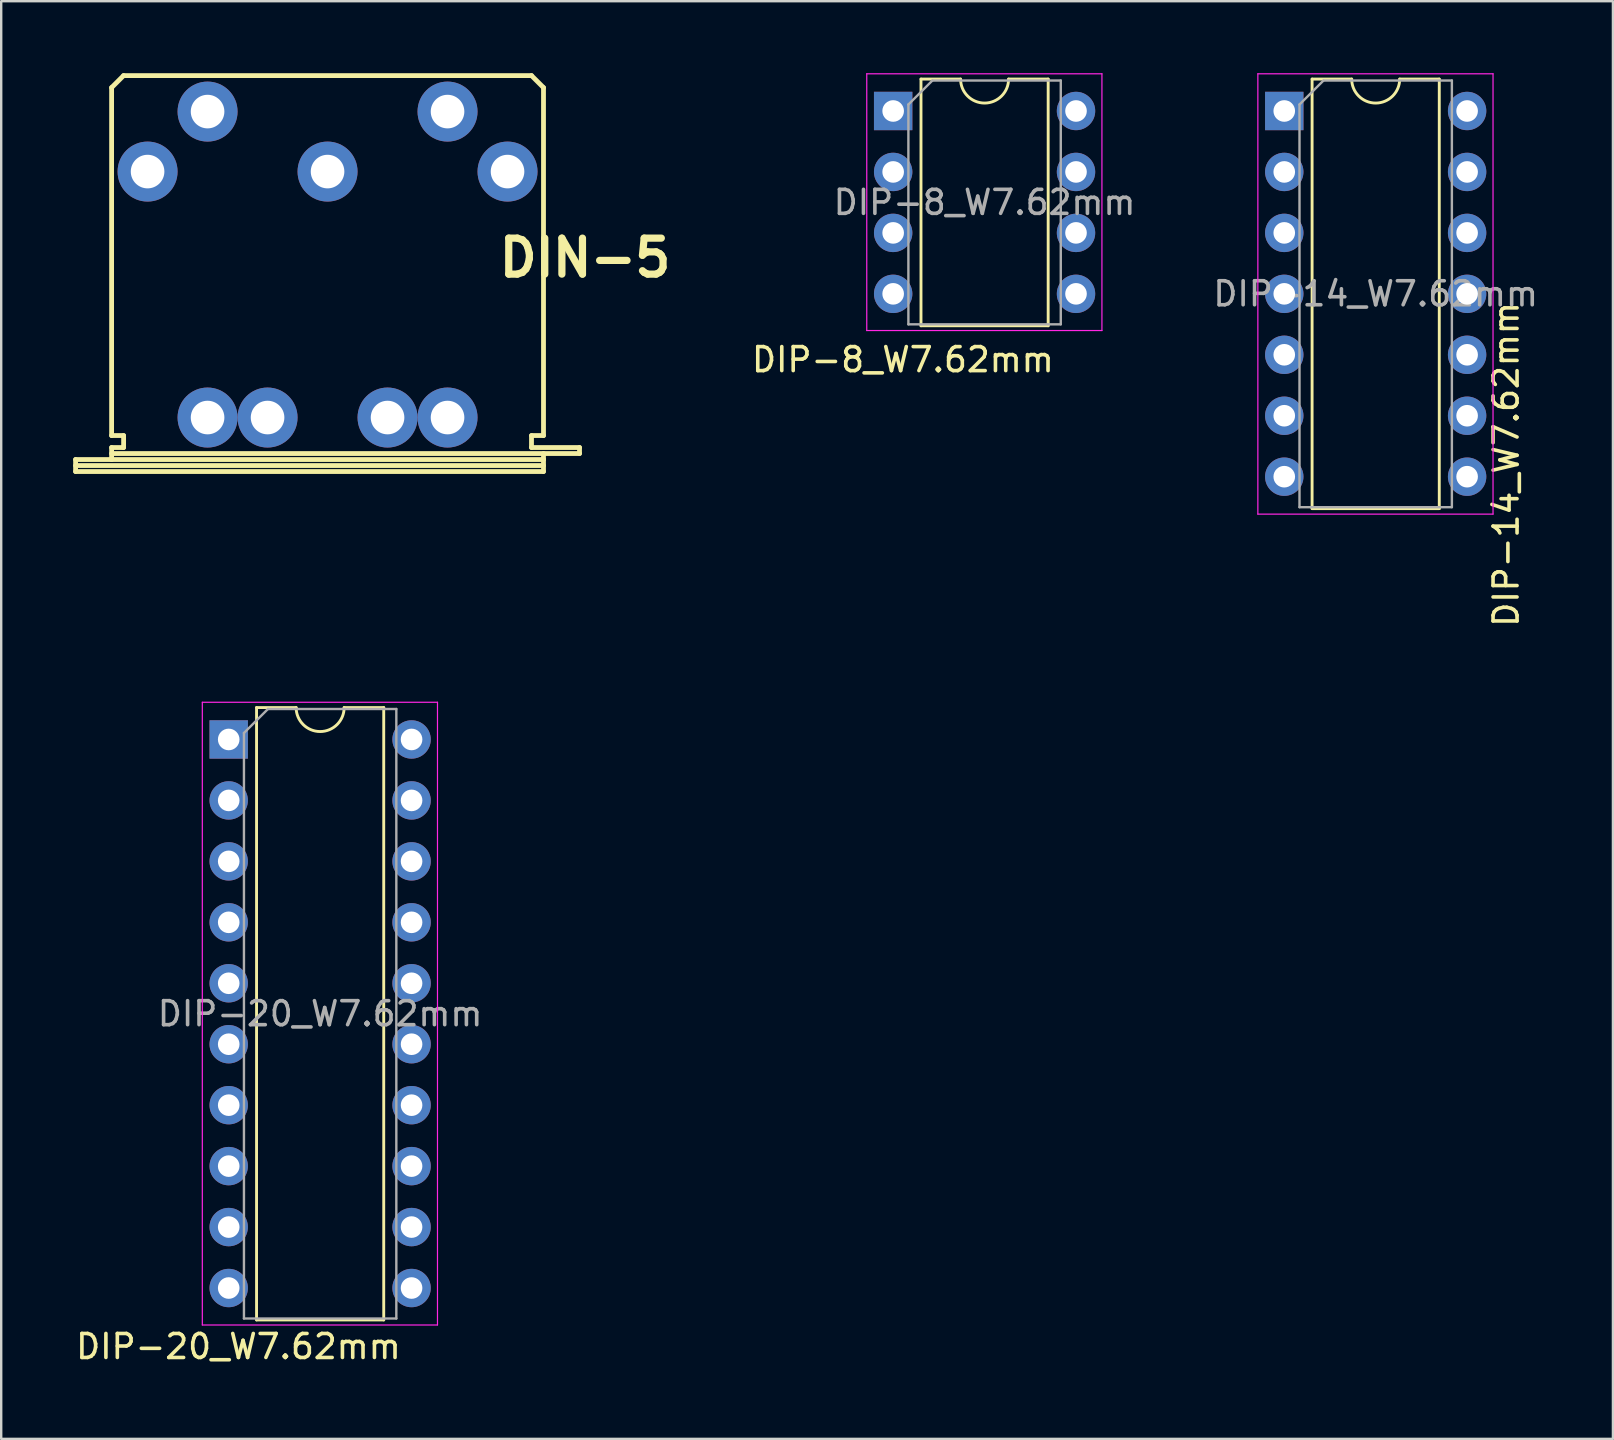
<source format=kicad_pcb>
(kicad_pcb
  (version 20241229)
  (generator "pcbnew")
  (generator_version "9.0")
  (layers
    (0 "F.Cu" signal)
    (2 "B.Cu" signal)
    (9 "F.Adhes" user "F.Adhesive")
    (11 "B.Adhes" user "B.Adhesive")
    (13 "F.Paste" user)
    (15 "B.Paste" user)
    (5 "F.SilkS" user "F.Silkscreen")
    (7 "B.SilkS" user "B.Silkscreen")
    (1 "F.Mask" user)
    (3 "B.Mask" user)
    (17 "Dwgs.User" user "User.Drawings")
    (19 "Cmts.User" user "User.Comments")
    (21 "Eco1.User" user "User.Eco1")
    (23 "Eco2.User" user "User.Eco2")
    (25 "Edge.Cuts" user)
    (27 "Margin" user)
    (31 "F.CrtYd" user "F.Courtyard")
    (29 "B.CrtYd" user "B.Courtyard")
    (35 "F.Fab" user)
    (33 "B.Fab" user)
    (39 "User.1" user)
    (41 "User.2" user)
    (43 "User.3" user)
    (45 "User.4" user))
  (footprint "DIP-20_W7.62mm"
    (layer "F.Cu")
    (at 6.481 27.765)
    (property "Reference" "DIP-20_W7.62mm" (at 0.406 25.298 0) (layer "F.SilkS") (effects (font (size 1 1) (thickness 0.15))))
    (attr through_hole)
    (fp_line (start 1.16 -1.33) (end 1.16 24.19) (stroke (width 0.12) (type solid)) (layer "F.SilkS"))
    (fp_line (start 1.16 24.19) (end 6.46 24.19) (stroke (width 0.12) (type solid)) (layer "F.SilkS"))
    (fp_line (start 2.81 -1.33) (end 1.16 -1.33) (stroke (width 0.12) (type solid)) (layer "F.SilkS"))
    (fp_line (start 6.46 -1.33) (end 4.81 -1.33) (stroke (width 0.12) (type solid)) (layer "F.SilkS"))
    (fp_line (start 6.46 24.19) (end 6.46 -1.33) (stroke (width 0.12) (type solid)) (layer "F.SilkS"))
    (fp_arc (start 4.81 -1.33) (mid 3.81 -0.33) (end 2.81 -1.33) (stroke (width 0.12) (type solid)) (layer "F.SilkS"))
    (fp_line (start -1.1 -1.55) (end -1.1 24.4) (stroke (width 0.05) (type solid)) (layer "F.CrtYd"))
    (fp_line (start -1.1 24.4) (end 8.7 24.4) (stroke (width 0.05) (type solid)) (layer "F.CrtYd"))
    (fp_line (start 8.7 -1.55) (end -1.1 -1.55) (stroke (width 0.05) (type solid)) (layer "F.CrtYd"))
    (fp_line (start 8.7 24.4) (end 8.7 -1.55) (stroke (width 0.05) (type solid)) (layer "F.CrtYd"))
    (fp_line (start 0.635 -0.27) (end 1.635 -1.27) (stroke (width 0.1) (type solid)) (layer "F.Fab"))
    (fp_line (start 0.635 24.13) (end 0.635 -0.27) (stroke (width 0.1) (type solid)) (layer "F.Fab"))
    (fp_line (start 1.635 -1.27) (end 6.985 -1.27) (stroke (width 0.1) (type solid)) (layer "F.Fab"))
    (fp_line (start 6.985 -1.27) (end 6.985 24.13) (stroke (width 0.1) (type solid)) (layer "F.Fab"))
    (fp_line (start 6.985 24.13) (end 0.635 24.13) (stroke (width 0.1) (type solid)) (layer "F.Fab"))
    (fp_text user "${REFERENCE}" (at 3.81 11.43 0) (layer "F.Fab") (effects (font (size 1 1) (thickness 0.15))))
    (pad "1" thru_hole rect (at 0 0) (size 1.6 1.6) (drill 0.9) (layers "*.Cu" "*.Mask"))
    (pad "2" thru_hole oval (at 0 2.54) (size 1.6 1.6) (drill 0.9) (layers "*.Cu" "*.Mask"))
    (pad "3" thru_hole oval (at 0 5.08) (size 1.6 1.6) (drill 0.9) (layers "*.Cu" "*.Mask"))
    (pad "4" thru_hole oval (at 0 7.62) (size 1.6 1.6) (drill 0.9) (layers "*.Cu" "*.Mask"))
    (pad "5" thru_hole oval (at 0 10.16) (size 1.6 1.6) (drill 0.9) (layers "*.Cu" "*.Mask"))
    (pad "6" thru_hole oval (at 0 12.7) (size 1.6 1.6) (drill 0.9) (layers "*.Cu" "*.Mask"))
    (pad "7" thru_hole oval (at 0 15.24) (size 1.6 1.6) (drill 0.9) (layers "*.Cu" "*.Mask"))
    (pad "8" thru_hole oval (at 0 17.78) (size 1.6 1.6) (drill 0.9) (layers "*.Cu" "*.Mask"))
    (pad "9" thru_hole oval (at 0 20.32) (size 1.6 1.6) (drill 0.9) (layers "*.Cu" "*.Mask"))
    (pad "10" thru_hole oval (at 0 22.86) (size 1.6 1.6) (drill 0.9) (layers "*.Cu" "*.Mask"))
    (pad "11" thru_hole oval (at 7.62 22.86) (size 1.6 1.6) (drill 0.9) (layers "*.Cu" "*.Mask"))
    (pad "12" thru_hole oval (at 7.62 20.32) (size 1.6 1.6) (drill 0.9) (layers "*.Cu" "*.Mask"))
    (pad "13" thru_hole oval (at 7.62 17.78) (size 1.6 1.6) (drill 0.9) (layers "*.Cu" "*.Mask"))
    (pad "14" thru_hole oval (at 7.62 15.24) (size 1.6 1.6) (drill 0.9) (layers "*.Cu" "*.Mask"))
    (pad "15" thru_hole oval (at 7.62 12.7) (size 1.6 1.6) (drill 0.9) (layers "*.Cu" "*.Mask"))
    (pad "16" thru_hole oval (at 7.62 10.16) (size 1.6 1.6) (drill 0.9) (layers "*.Cu" "*.Mask"))
    (pad "17" thru_hole oval (at 7.62 7.62) (size 1.6 1.6) (drill 0.9) (layers "*.Cu" "*.Mask"))
    (pad "18" thru_hole oval (at 7.62 5.08) (size 1.6 1.6) (drill 0.9) (layers "*.Cu" "*.Mask"))
    (pad "19" thru_hole oval (at 7.62 2.54) (size 1.6 1.6) (drill 0.9) (layers "*.Cu" "*.Mask"))
    (pad "20" thru_hole oval (at 7.62 0) (size 1.6 1.6) (drill 0.9) (layers "*.Cu" "*.Mask")))
  (footprint "DIP-14_W7.62mm"
    (layer "F.Cu")
    (at 50.468 1.575)
    (property "Reference" "DIP-14_W7.62mm" (at 9.246 14.728 90) (layer "F.SilkS") (effects (font (size 1 1) (thickness 0.15))))
    (attr through_hole)
    (fp_line (start 1.16 -1.33) (end 1.16 16.57) (stroke (width 0.12) (type solid)) (layer "F.SilkS"))
    (fp_line (start 1.16 16.57) (end 6.46 16.57) (stroke (width 0.12) (type solid)) (layer "F.SilkS"))
    (fp_line (start 2.81 -1.33) (end 1.16 -1.33) (stroke (width 0.12) (type solid)) (layer "F.SilkS"))
    (fp_line (start 6.46 -1.33) (end 4.81 -1.33) (stroke (width 0.12) (type solid)) (layer "F.SilkS"))
    (fp_line (start 6.46 16.57) (end 6.46 -1.33) (stroke (width 0.12) (type solid)) (layer "F.SilkS"))
    (fp_arc (start 4.81 -1.33) (mid 3.81 -0.33) (end 2.81 -1.33) (stroke (width 0.12) (type solid)) (layer "F.SilkS"))
    (fp_line (start -1.1 -1.55) (end -1.1 16.8) (stroke (width 0.05) (type solid)) (layer "F.CrtYd"))
    (fp_line (start -1.1 16.8) (end 8.7 16.8) (stroke (width 0.05) (type solid)) (layer "F.CrtYd"))
    (fp_line (start 8.7 -1.55) (end -1.1 -1.55) (stroke (width 0.05) (type solid)) (layer "F.CrtYd"))
    (fp_line (start 8.7 16.8) (end 8.7 -1.55) (stroke (width 0.05) (type solid)) (layer "F.CrtYd"))
    (fp_line (start 0.635 -0.27) (end 1.635 -1.27) (stroke (width 0.1) (type solid)) (layer "F.Fab"))
    (fp_line (start 0.635 16.51) (end 0.635 -0.27) (stroke (width 0.1) (type solid)) (layer "F.Fab"))
    (fp_line (start 1.635 -1.27) (end 6.985 -1.27) (stroke (width 0.1) (type solid)) (layer "F.Fab"))
    (fp_line (start 6.985 -1.27) (end 6.985 16.51) (stroke (width 0.1) (type solid)) (layer "F.Fab"))
    (fp_line (start 6.985 16.51) (end 0.635 16.51) (stroke (width 0.1) (type solid)) (layer "F.Fab"))
    (fp_text user "${REFERENCE}" (at 3.81 7.62 0) (layer "F.Fab") (effects (font (size 1 1) (thickness 0.15))))
    (pad "1" thru_hole rect (at 0 0) (size 1.6 1.6) (drill 0.9) (layers "*.Cu" "*.Mask"))
    (pad "2" thru_hole oval (at 0 2.54) (size 1.6 1.6) (drill 0.9) (layers "*.Cu" "*.Mask"))
    (pad "3" thru_hole oval (at 0 5.08) (size 1.6 1.6) (drill 0.9) (layers "*.Cu" "*.Mask"))
    (pad "4" thru_hole oval (at 0 7.62) (size 1.6 1.6) (drill 0.9) (layers "*.Cu" "*.Mask"))
    (pad "5" thru_hole oval (at 0 10.16) (size 1.6 1.6) (drill 0.9) (layers "*.Cu" "*.Mask"))
    (pad "6" thru_hole oval (at 0 12.7) (size 1.6 1.6) (drill 0.9) (layers "*.Cu" "*.Mask"))
    (pad "7" thru_hole oval (at 0 15.24) (size 1.6 1.6) (drill 0.9) (layers "*.Cu" "*.Mask"))
    (pad "8" thru_hole oval (at 7.62 15.24) (size 1.6 1.6) (drill 0.9) (layers "*.Cu" "*.Mask"))
    (pad "9" thru_hole oval (at 7.62 12.7) (size 1.6 1.6) (drill 0.9) (layers "*.Cu" "*.Mask"))
    (pad "10" thru_hole oval (at 7.62 10.16) (size 1.6 1.6) (drill 0.9) (layers "*.Cu" "*.Mask"))
    (pad "11" thru_hole oval (at 7.62 7.62) (size 1.6 1.6) (drill 0.9) (layers "*.Cu" "*.Mask"))
    (pad "12" thru_hole oval (at 7.62 5.08) (size 1.6 1.6) (drill 0.9) (layers "*.Cu" "*.Mask"))
    (pad "13" thru_hole oval (at 7.62 2.54) (size 1.6 1.6) (drill 0.9) (layers "*.Cu" "*.Mask"))
    (pad "14" thru_hole oval (at 7.62 0) (size 1.6 1.6) (drill 0.9) (layers "*.Cu" "*.Mask")))
  (footprint "DIN-5"
    (layer "F.Cu")
    (at 10.6 7.1)
    (property "Reference" "DIN-5" (at 10.73 0.595 0) (layer "F.SilkS") (effects (font (size 1.5 1.5) (thickness 0.3))))
    (attr through_hole)
    (fp_line (start -10.5 8.999) (end -8.999 8.999) (stroke (width 0.2) (type solid)) (layer "F.SilkS"))
    (fp_line (start -10.5 9.251) (end 8.999 9.251) (stroke (width 0.2) (type solid)) (layer "F.SilkS"))
    (fp_line (start -10.5 9.5) (end -10.5 8.999) (stroke (width 0.2) (type solid)) (layer "F.SilkS"))
    (fp_line (start -9 -6.5) (end -8.5 -7) (stroke (width 0.2) (type solid)) (layer "F.SilkS"))
    (fp_line (start -8.999 -6.5) (end -8.999 8.001) (stroke (width 0.2) (type solid)) (layer "F.SilkS"))
    (fp_line (start -8.999 8.001) (end -8.499 8.001) (stroke (width 0.2) (type solid)) (layer "F.SilkS"))
    (fp_line (start -8.999 8.499) (end -8.499 8.499) (stroke (width 0.2) (type default)) (layer "F.SilkS"))
    (fp_line (start -8.999 8.75) (end 10.5 8.75) (stroke (width 0.2) (type solid)) (layer "F.SilkS"))
    (fp_line (start -8.999 8.999) (end -8.999 8.499) (stroke (width 0.2) (type solid)) (layer "F.SilkS"))
    (fp_line (start -8.499 8.001) (end -8.499 8.499) (stroke (width 0.2) (type solid)) (layer "F.SilkS"))
    (fp_line (start 8.499 -7) (end -8.5 -7) (stroke (width 0.2) (type solid)) (layer "F.SilkS"))
    (fp_line (start 8.499 8.499) (end 8.499 8.001) (stroke (width 0.2) (type solid)) (layer "F.SilkS"))
    (fp_line (start 8.499 8.499) (end 10.5 8.499) (stroke (width 0.2) (type default)) (layer "F.SilkS"))
    (fp_line (start 8.999 -6.5) (end 8.499 -7) (stroke (width 0.2) (type solid)) (layer "F.SilkS"))
    (fp_line (start 8.999 -6.5) (end 8.999 8.001) (stroke (width 0.2) (type solid)) (layer "F.SilkS"))
    (fp_line (start 8.999 8.001) (end 8.499 8.001) (stroke (width 0.2) (type solid)) (layer "F.SilkS"))
    (fp_line (start 8.999 8.75) (end 8.999 8.999) (stroke (width 0.2) (type solid)) (layer "F.SilkS"))
    (fp_line (start 8.999 8.999) (end -8.999 8.999) (stroke (width 0.2) (type solid)) (layer "F.SilkS"))
    (fp_line (start 8.999 8.999) (end 8.999 9.5) (stroke (width 0.2) (type solid)) (layer "F.SilkS"))
    (fp_line (start 8.999 9.5) (end -10.5 9.5) (stroke (width 0.2) (type solid)) (layer "F.SilkS"))
    (fp_line (start 10.5 8.499) (end 10.5 8.75) (stroke (width 0.2) (type solid)) (layer "F.SilkS"))
    (pad "1" thru_hole circle (at 7.5 -3) (size 2.5 2.5) (drill 1.4) (layers "*.Cu" "*.Mask"))
    (pad "2" thru_hole circle (at 0 -3) (size 2.5 2.5) (drill 1.4) (layers "*.Cu" "*.Mask"))
    (pad "3" thru_hole circle (at -7.5 -3) (size 2.5 2.5) (drill 1.4) (layers "*.Cu" "*.Mask"))
    (pad "4" thru_hole circle (at 5 -5.5) (size 2.5 2.5) (drill 1.4) (layers "*.Cu" "*.Mask"))
    (pad "5" thru_hole circle (at -5 -5.5) (size 2.5 2.5) (drill 1.4) (layers "*.Cu" "*.Mask"))
    (pad "6" thru_hole circle (at -5 7.25) (size 2.5 2.5) (drill 1.4) (layers "*.Cu" "*.Mask"))
    (pad "6" thru_hole circle (at -2.5 7.25) (size 2.5 2.5) (drill 1.4) (layers "*.Cu" "*.Mask"))
    (pad "6" thru_hole circle (at 2.5 7.25) (size 2.5 2.5) (drill 1.4) (layers "*.Cu" "*.Mask"))
    (pad "6" thru_hole circle (at 5 7.25) (size 2.5 2.5) (drill 1.4) (layers "*.Cu" "*.Mask")))
  (footprint "DIP-8_W7.62mm"
    (layer "F.Cu")
    (at 34.17 1.575)
    (property "Reference" "DIP-8_W7.62mm" (at 0.406 10.363 0) (layer "F.SilkS") (effects (font (size 1 1) (thickness 0.15))))
    (attr through_hole)
    (fp_line (start 1.16 -1.33) (end 1.16 8.95) (stroke (width 0.12) (type solid)) (layer "F.SilkS"))
    (fp_line (start 1.16 8.95) (end 6.46 8.95) (stroke (width 0.12) (type solid)) (layer "F.SilkS"))
    (fp_line (start 2.81 -1.33) (end 1.16 -1.33) (stroke (width 0.12) (type solid)) (layer "F.SilkS"))
    (fp_line (start 6.46 -1.33) (end 4.81 -1.33) (stroke (width 0.12) (type solid)) (layer "F.SilkS"))
    (fp_line (start 6.46 8.95) (end 6.46 -1.33) (stroke (width 0.12) (type solid)) (layer "F.SilkS"))
    (fp_arc (start 4.81 -1.33) (mid 3.81 -0.33) (end 2.81 -1.33) (stroke (width 0.12) (type solid)) (layer "F.SilkS"))
    (fp_line (start -1.1 -1.55) (end -1.1 9.15) (stroke (width 0.05) (type solid)) (layer "F.CrtYd"))
    (fp_line (start -1.1 9.15) (end 8.7 9.15) (stroke (width 0.05) (type solid)) (layer "F.CrtYd"))
    (fp_line (start 8.7 -1.55) (end -1.1 -1.55) (stroke (width 0.05) (type solid)) (layer "F.CrtYd"))
    (fp_line (start 8.7 9.15) (end 8.7 -1.55) (stroke (width 0.05) (type solid)) (layer "F.CrtYd"))
    (fp_line (start 0.635 -0.27) (end 1.635 -1.27) (stroke (width 0.1) (type solid)) (layer "F.Fab"))
    (fp_line (start 0.635 8.89) (end 0.635 -0.27) (stroke (width 0.1) (type solid)) (layer "F.Fab"))
    (fp_line (start 1.635 -1.27) (end 6.985 -1.27) (stroke (width 0.1) (type solid)) (layer "F.Fab"))
    (fp_line (start 6.985 -1.27) (end 6.985 8.89) (stroke (width 0.1) (type solid)) (layer "F.Fab"))
    (fp_line (start 6.985 8.89) (end 0.635 8.89) (stroke (width 0.1) (type solid)) (layer "F.Fab"))
    (fp_text user "${REFERENCE}" (at 3.81 3.81 0) (layer "F.Fab") (effects (font (size 1 1) (thickness 0.15))))
    (pad "1" thru_hole rect (at 0 0) (size 1.6 1.6) (drill 0.9) (layers "*.Cu" "*.Mask"))
    (pad "2" thru_hole oval (at 0 2.54) (size 1.6 1.6) (drill 0.9) (layers "*.Cu" "*.Mask"))
    (pad "3" thru_hole oval (at 0 5.08) (size 1.6 1.6) (drill 0.9) (layers "*.Cu" "*.Mask"))
    (pad "4" thru_hole oval (at 0 7.62) (size 1.6 1.6) (drill 0.9) (layers "*.Cu" "*.Mask"))
    (pad "5" thru_hole oval (at 7.62 7.62) (size 1.6 1.6) (drill 0.9) (layers "*.Cu" "*.Mask"))
    (pad "6" thru_hole oval (at 7.62 5.08) (size 1.6 1.6) (drill 0.9) (layers "*.Cu" "*.Mask"))
    (pad "7" thru_hole oval (at 7.62 2.54) (size 1.6 1.6) (drill 0.9) (layers "*.Cu" "*.Mask"))
    (pad "8" thru_hole oval (at 7.62 0) (size 1.6 1.6) (drill 0.9) (layers "*.Cu" "*.Mask")))
  (gr_rect
    (start -3 -3)
    (end 64.165 56.912)
    (stroke (width 0.1) (type default))
    (fill no)
    (layer "Edge.Cuts")))
</source>
